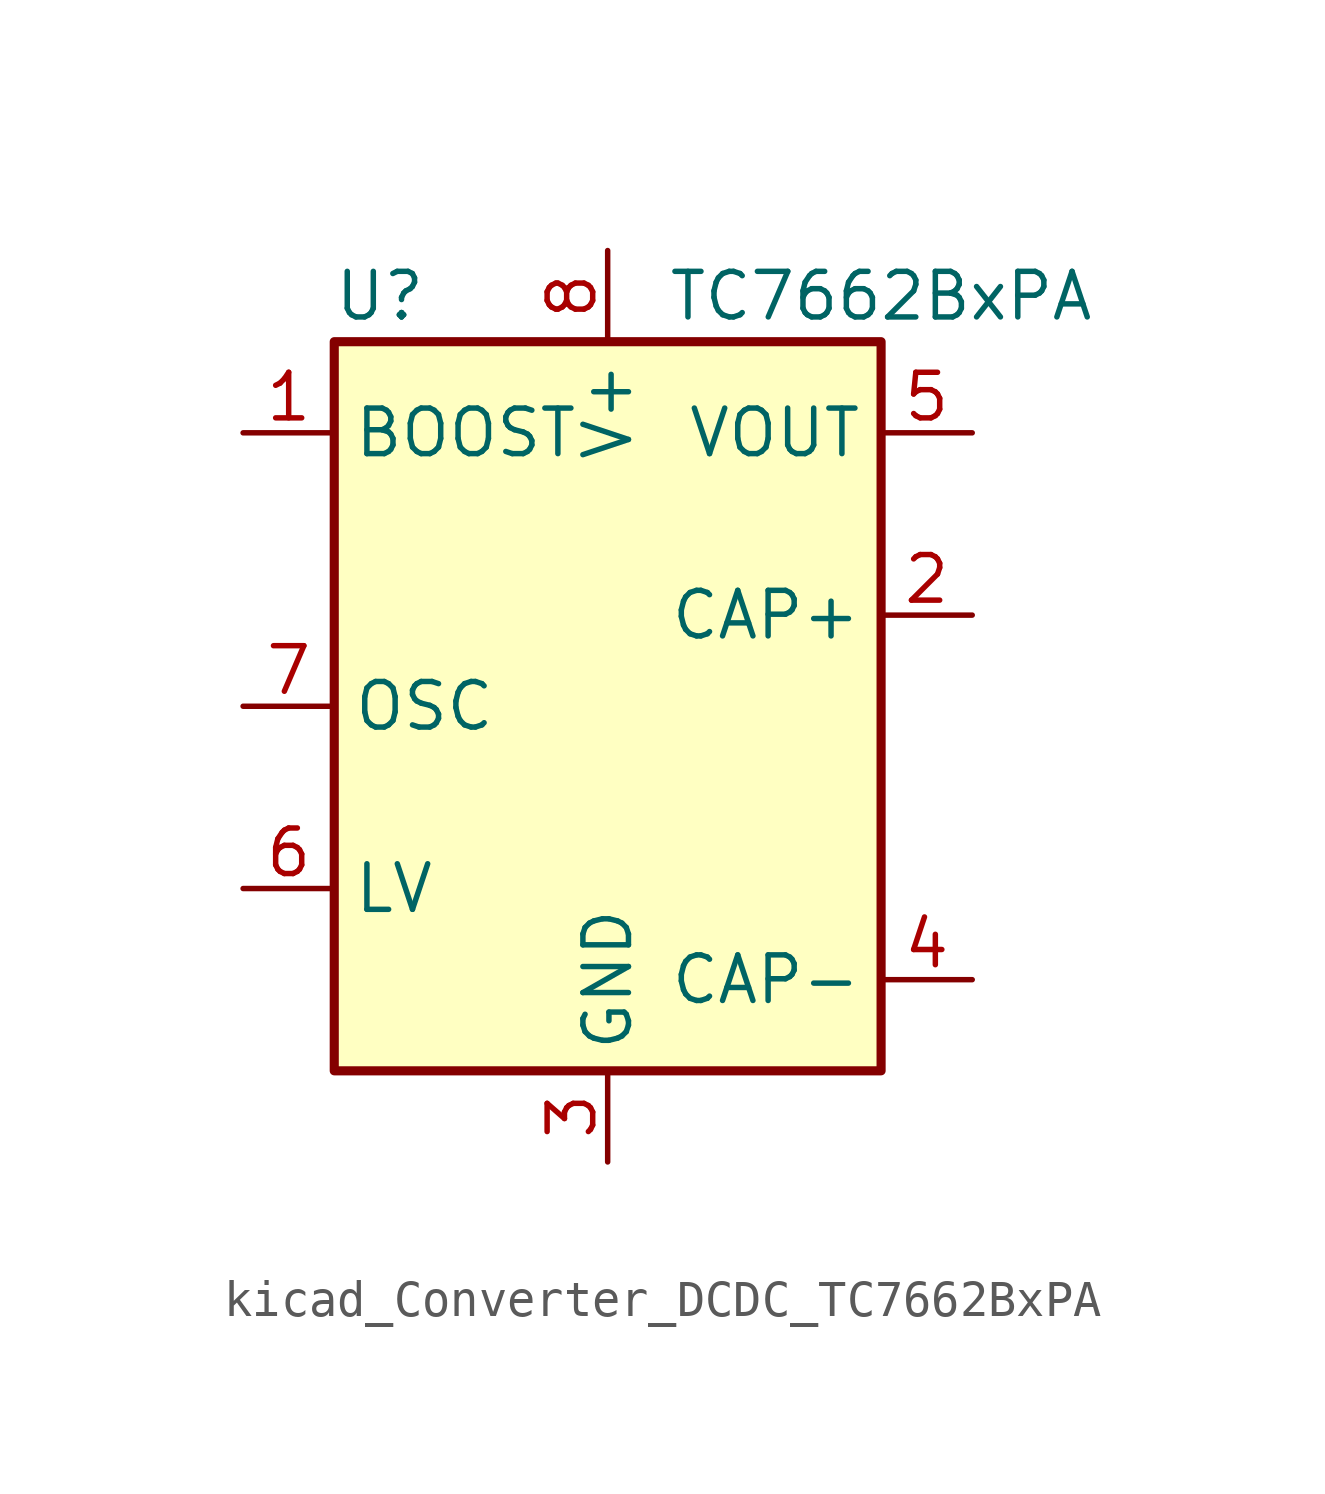
<source format=kicad_sym>
(kicad_symbol_lib
  (version 20220914)
  (generator kicad_symbol_editor)
  (symbol "kicad_Converter_DCDC_TC7662BxPA"
    (property "Reference" "U"
      (at -6.35 11.43 0)
      (effects (font (size 1.27 1.27))))
    (property "Value" "TC7662BxPA"
      (at 7.62 11.43 0)
      (effects (font (size 1.27 1.27))))
    (symbol "kicad_Converter_DCDC_TC7662BxPA_0_1"
      (rectangle (start -7.62 10.16) (end 7.62 -10.16) (stroke (width 0.254) (type default)) (fill (type background))))
    (symbol "kicad_Converter_DCDC_TC7662BxPA_1_1"
      (pin input line (at -10.16 7.62 0) (length 2.54) (name "BOOST" (effects (font (size 1.27 1.27)))) (number "1" (effects (font (size 1.27 1.27)))))
      (pin passive line (at 10.16 2.54 180) (length 2.54) (name "CAP+" (effects (font (size 1.27 1.27)))) (number "2" (effects (font (size 1.27 1.27)))))
      (pin power_in line (at 0 -12.7 90) (length 2.54) (name "GND" (effects (font (size 1.27 1.27)))) (number "3" (effects (font (size 1.27 1.27)))))
      (pin passive line (at 10.16 -7.62 180) (length 2.54) (name "CAP-" (effects (font (size 1.27 1.27)))) (number "4" (effects (font (size 1.27 1.27)))))
      (pin power_out line (at 10.16 7.62 180) (length 2.54) (name "VOUT" (effects (font (size 1.27 1.27)))) (number "5" (effects (font (size 1.27 1.27)))))
      (pin input line (at -10.16 -5.08 0) (length 2.54) (name "LV" (effects (font (size 1.27 1.27)))) (number "6" (effects (font (size 1.27 1.27)))))
      (pin passive line (at -10.16 0 0) (length 2.54) (name "OSC" (effects (font (size 1.27 1.27)))) (number "7" (effects (font (size 1.27 1.27)))))
      (pin power_in line (at 0 12.7 270) (length 2.54) (name "V+" (effects (font (size 1.27 1.27)))) (number "8" (effects (font (size 1.27 1.27))))))))
</source>
